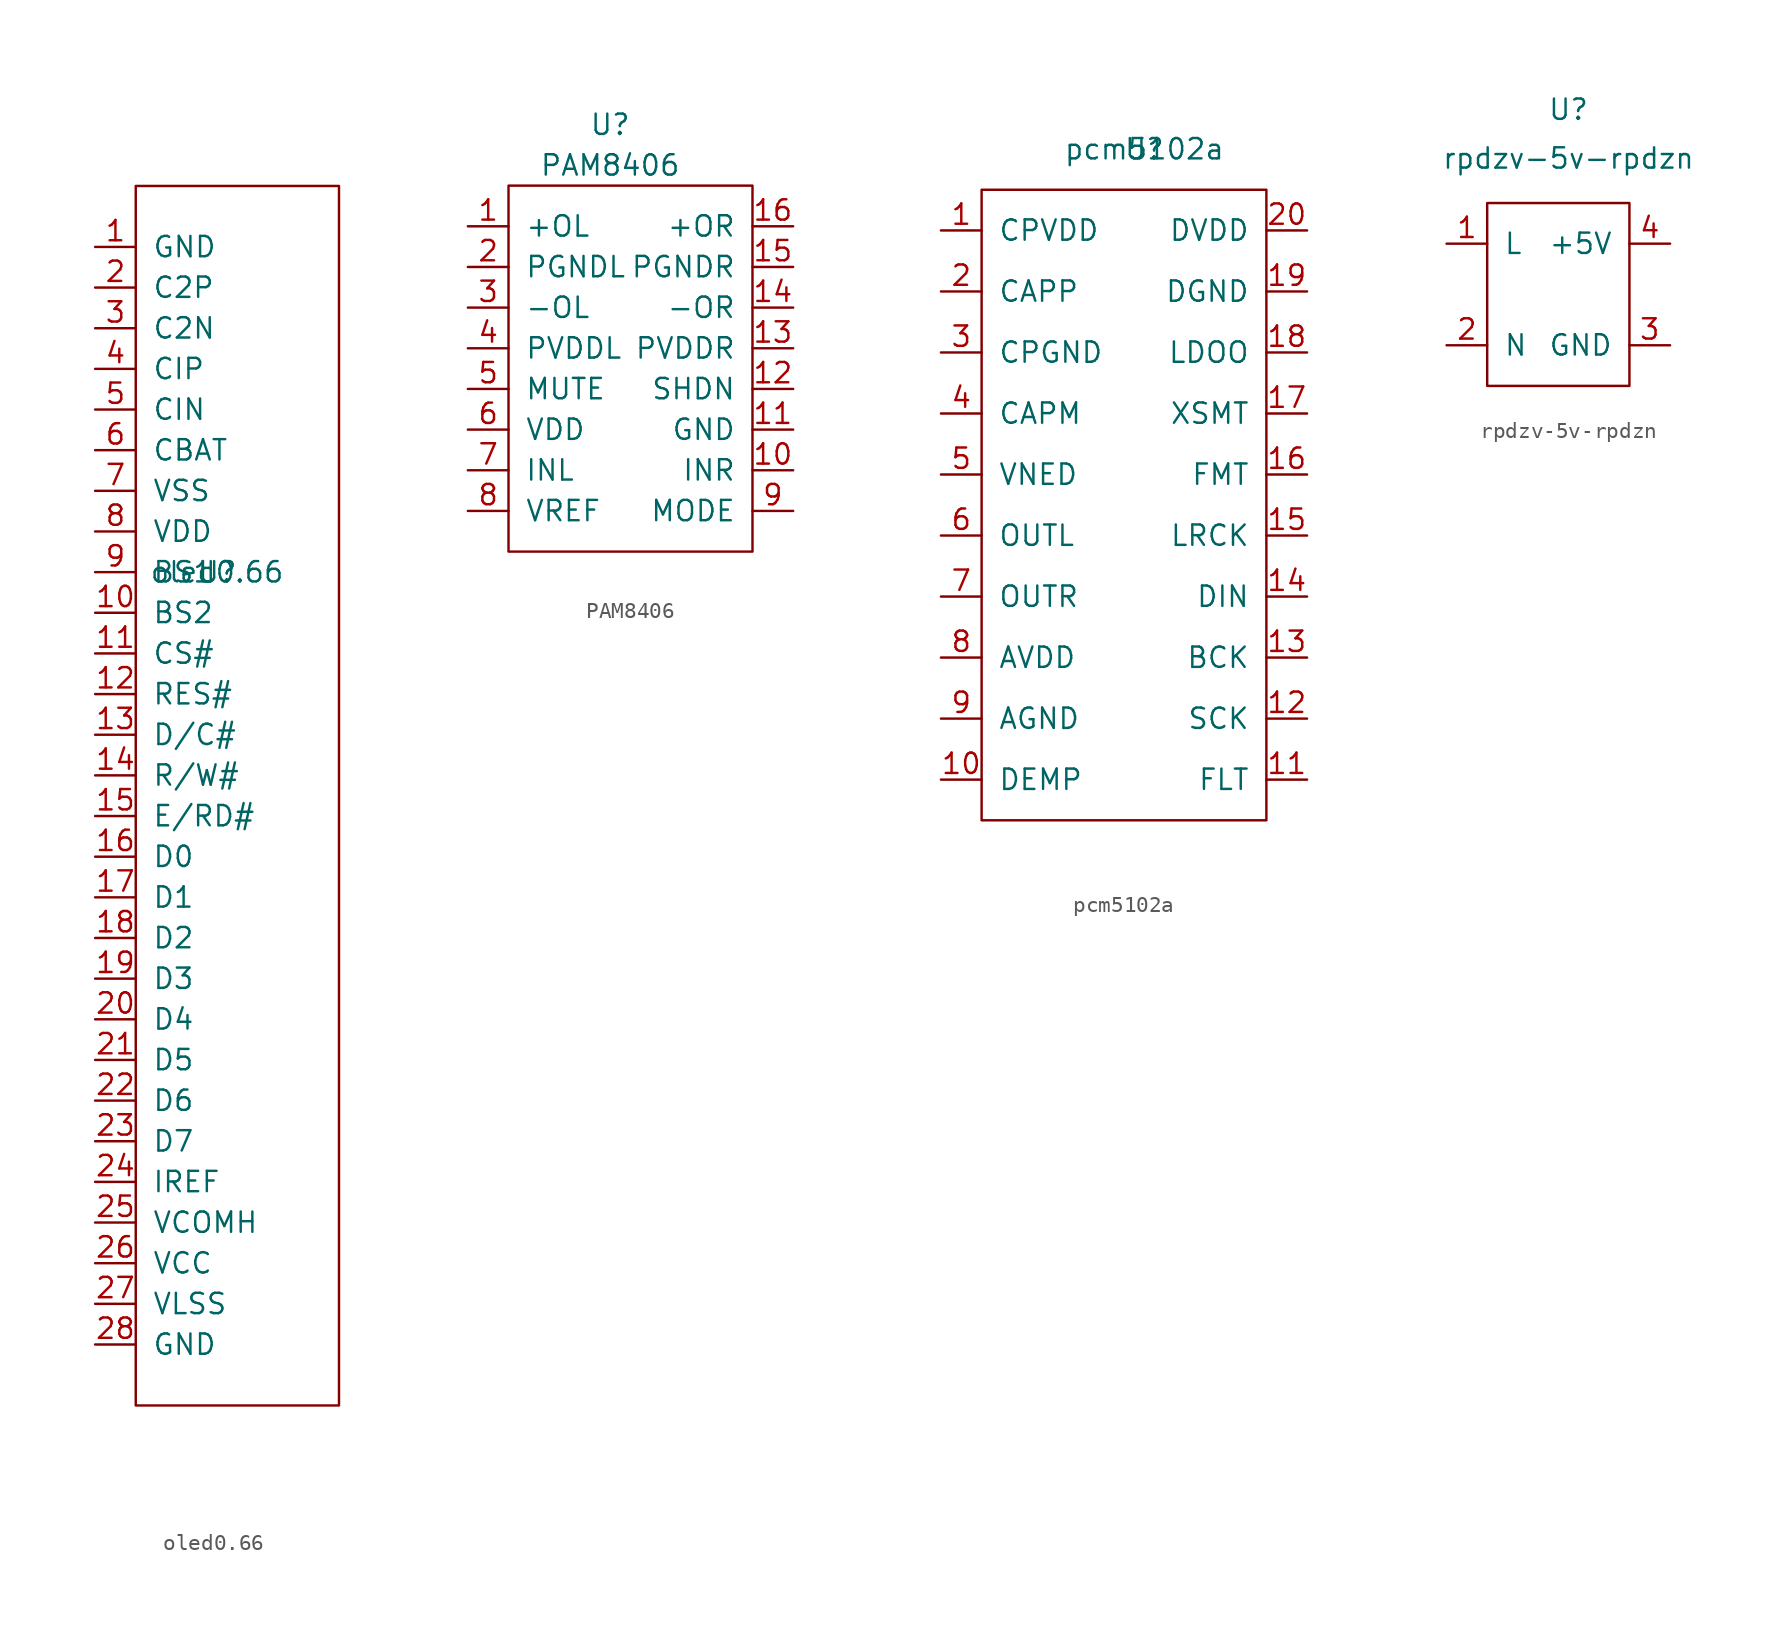
<source format=kicad_sym>
(kicad_symbol_lib
  (version 20211014)
  (generator kicad_symbol_editor)
  (symbol "oled0.66"
    (pin_names
      (offset 1.016))
    (property "Reference" "U"
      (at 0 0 0)
      (effects (font (size 1.27 1.27))))
    (property "Value" "oled0.66"
      (at 0 0 0)
      (effects (font (size 1.27 1.27))))
    (symbol "oled0.66_0_1"
      (rectangle (start -5.08 24.13) (end 7.62 -52.07) (stroke (width 0) (type default) (color 0 0 0 0)) (fill (type none))))
    (symbol "oled0.66_1_1"
      (pin passive line (at -7.62 20.32 0) (length 2.54) (name "GND" (effects (font (size 1.27 1.27)))) (number "1" (effects (font (size 1.27 1.27)))))
      (pin passive line (at -7.62 -2.54 0) (length 2.54) (name "BS2" (effects (font (size 1.27 1.27)))) (number "10" (effects (font (size 1.27 1.27)))))
      (pin passive line (at -7.62 -5.08 0) (length 2.54) (name "CS#" (effects (font (size 1.27 1.27)))) (number "11" (effects (font (size 1.27 1.27)))))
      (pin passive line (at -7.62 -7.62 0) (length 2.54) (name "RES#" (effects (font (size 1.27 1.27)))) (number "12" (effects (font (size 1.27 1.27)))))
      (pin passive line (at -7.62 -10.16 0) (length 2.54) (name "D/C#" (effects (font (size 1.27 1.27)))) (number "13" (effects (font (size 1.27 1.27)))))
      (pin passive line (at -7.62 -12.7 0) (length 2.54) (name "R/W#" (effects (font (size 1.27 1.27)))) (number "14" (effects (font (size 1.27 1.27)))))
      (pin passive line (at -7.62 -15.24 0) (length 2.54) (name "E/RD#" (effects (font (size 1.27 1.27)))) (number "15" (effects (font (size 1.27 1.27)))))
      (pin passive line (at -7.62 -17.78 0) (length 2.54) (name "D0" (effects (font (size 1.27 1.27)))) (number "16" (effects (font (size 1.27 1.27)))))
      (pin passive line (at -7.62 -20.32 0) (length 2.54) (name "D1" (effects (font (size 1.27 1.27)))) (number "17" (effects (font (size 1.27 1.27)))))
      (pin passive line (at -7.62 -22.86 0) (length 2.54) (name "D2" (effects (font (size 1.27 1.27)))) (number "18" (effects (font (size 1.27 1.27)))))
      (pin passive line (at -7.62 -25.4 0) (length 2.54) (name "D3" (effects (font (size 1.27 1.27)))) (number "19" (effects (font (size 1.27 1.27)))))
      (pin passive line (at -7.62 17.78 0) (length 2.54) (name "C2P" (effects (font (size 1.27 1.27)))) (number "2" (effects (font (size 1.27 1.27)))))
      (pin passive line (at -7.62 -27.94 0) (length 2.54) (name "D4" (effects (font (size 1.27 1.27)))) (number "20" (effects (font (size 1.27 1.27)))))
      (pin passive line (at -7.62 -30.48 0) (length 2.54) (name "D5" (effects (font (size 1.27 1.27)))) (number "21" (effects (font (size 1.27 1.27)))))
      (pin passive line (at -7.62 -33.02 0) (length 2.54) (name "D6" (effects (font (size 1.27 1.27)))) (number "22" (effects (font (size 1.27 1.27)))))
      (pin passive line (at -7.62 -35.56 0) (length 2.54) (name "D7" (effects (font (size 1.27 1.27)))) (number "23" (effects (font (size 1.27 1.27)))))
      (pin passive line (at -7.62 -38.1 0) (length 2.54) (name "IREF" (effects (font (size 1.27 1.27)))) (number "24" (effects (font (size 1.27 1.27)))))
      (pin passive line (at -7.62 -40.64 0) (length 2.54) (name "VCOMH" (effects (font (size 1.27 1.27)))) (number "25" (effects (font (size 1.27 1.27)))))
      (pin passive line (at -7.62 -43.18 0) (length 2.54) (name "VCC" (effects (font (size 1.27 1.27)))) (number "26" (effects (font (size 1.27 1.27)))))
      (pin passive line (at -7.62 -45.72 0) (length 2.54) (name "VLSS" (effects (font (size 1.27 1.27)))) (number "27" (effects (font (size 1.27 1.27)))))
      (pin passive line (at -7.62 -48.26 0) (length 2.54) (name "GND" (effects (font (size 1.27 1.27)))) (number "28" (effects (font (size 1.27 1.27)))))
      (pin passive line (at -7.62 15.24 0) (length 2.54) (name "C2N" (effects (font (size 1.27 1.27)))) (number "3" (effects (font (size 1.27 1.27)))))
      (pin passive line (at -7.62 12.7 0) (length 2.54) (name "CIP" (effects (font (size 1.27 1.27)))) (number "4" (effects (font (size 1.27 1.27)))))
      (pin passive line (at -7.62 10.16 0) (length 2.54) (name "CIN" (effects (font (size 1.27 1.27)))) (number "5" (effects (font (size 1.27 1.27)))))
      (pin passive line (at -7.62 7.62 0) (length 2.54) (name "CBAT" (effects (font (size 1.27 1.27)))) (number "6" (effects (font (size 1.27 1.27)))))
      (pin passive line (at -7.62 5.08 0) (length 2.54) (name "VSS" (effects (font (size 1.27 1.27)))) (number "7" (effects (font (size 1.27 1.27)))))
      (pin passive line (at -7.62 2.54 0) (length 2.54) (name "VDD" (effects (font (size 1.27 1.27)))) (number "8" (effects (font (size 1.27 1.27)))))
      (pin passive line (at -7.62 0 0) (length 2.54) (name "BS1" (effects (font (size 1.27 1.27)))) (number "9" (effects (font (size 1.27 1.27)))))))
  (symbol "PAM8406"
    (pin_names
      (offset 1.016))
    (property "Reference" "U"
      (at 0 12.7 0)
      (effects (font (size 1.27 1.27))))
    (property "Value" "PAM8406"
      (at 0 10.16 0)
      (effects (font (size 1.27 1.27))))
    (symbol "PAM8406_0_1"
      (rectangle (start -6.35 8.89) (end 8.89 -13.97) (stroke (width 0) (type default) (color 0 0 0 0)) (fill (type none))))
    (symbol "PAM8406_1_1"
      (pin passive line (at -8.89 6.35 0) (length 2.54) (name "+OL" (effects (font (size 1.27 1.27)))) (number "1" (effects (font (size 1.27 1.27)))))
      (pin passive line (at 11.43 -8.89 180) (length 2.54) (name "INR" (effects (font (size 1.27 1.27)))) (number "10" (effects (font (size 1.27 1.27)))))
      (pin passive line (at 11.43 -6.35 180) (length 2.54) (name "GND" (effects (font (size 1.27 1.27)))) (number "11" (effects (font (size 1.27 1.27)))))
      (pin passive line (at 11.43 -3.81 180) (length 2.54) (name "SHDN" (effects (font (size 1.27 1.27)))) (number "12" (effects (font (size 1.27 1.27)))))
      (pin passive line (at 11.43 -1.27 180) (length 2.54) (name "PVDDR" (effects (font (size 1.27 1.27)))) (number "13" (effects (font (size 1.27 1.27)))))
      (pin passive line (at 11.43 1.27 180) (length 2.54) (name "-OR" (effects (font (size 1.27 1.27)))) (number "14" (effects (font (size 1.27 1.27)))))
      (pin passive line (at 11.43 3.81 180) (length 2.54) (name "PGNDR" (effects (font (size 1.27 1.27)))) (number "15" (effects (font (size 1.27 1.27)))))
      (pin passive line (at 11.43 6.35 180) (length 2.54) (name "+OR" (effects (font (size 1.27 1.27)))) (number "16" (effects (font (size 1.27 1.27)))))
      (pin passive line (at -8.89 3.81 0) (length 2.54) (name "PGNDL" (effects (font (size 1.27 1.27)))) (number "2" (effects (font (size 1.27 1.27)))))
      (pin passive line (at -8.89 1.27 0) (length 2.54) (name "-OL" (effects (font (size 1.27 1.27)))) (number "3" (effects (font (size 1.27 1.27)))))
      (pin passive line (at -8.89 -1.27 0) (length 2.54) (name "PVDDL" (effects (font (size 1.27 1.27)))) (number "4" (effects (font (size 1.27 1.27)))))
      (pin passive line (at -8.89 -3.81 0) (length 2.54) (name "MUTE" (effects (font (size 1.27 1.27)))) (number "5" (effects (font (size 1.27 1.27)))))
      (pin passive line (at -8.89 -6.35 0) (length 2.54) (name "VDD" (effects (font (size 1.27 1.27)))) (number "6" (effects (font (size 1.27 1.27)))))
      (pin passive line (at -8.89 -8.89 0) (length 2.54) (name "INL" (effects (font (size 1.27 1.27)))) (number "7" (effects (font (size 1.27 1.27)))))
      (pin passive line (at -8.89 -11.43 0) (length 2.54) (name "VREF" (effects (font (size 1.27 1.27)))) (number "8" (effects (font (size 1.27 1.27)))))
      (pin passive line (at 11.43 -11.43 180) (length 2.54) (name "MODE" (effects (font (size 1.27 1.27)))) (number "9" (effects (font (size 1.27 1.27)))))))
  (symbol "pcm5102a"
    (pin_names
      (offset 1.016))
    (property "Reference" "U"
      (at -1.27 22.86 0)
      (effects (font (size 1.27 1.27))))
    (property "Value" "pcm5102a"
      (at -1.27 22.86 0)
      (effects (font (size 1.27 1.27))))
    (symbol "pcm5102a_0_1"
      (rectangle (start -11.43 20.32) (end 6.35 -19.05) (stroke (width 0) (type default) (color 0 0 0 0)) (fill (type none))))
    (symbol "pcm5102a_1_1"
      (pin passive line (at -13.97 17.78 0) (length 2.54) (name "CPVDD" (effects (font (size 1.27 1.27)))) (number "1" (effects (font (size 1.27 1.27)))))
      (pin passive line (at -13.97 -16.51 0) (length 2.54) (name "DEMP" (effects (font (size 1.27 1.27)))) (number "10" (effects (font (size 1.27 1.27)))))
      (pin passive line (at 8.89 -16.51 180) (length 2.54) (name "FLT" (effects (font (size 1.27 1.27)))) (number "11" (effects (font (size 1.27 1.27)))))
      (pin passive line (at 8.89 -12.7 180) (length 2.54) (name "SCK" (effects (font (size 1.27 1.27)))) (number "12" (effects (font (size 1.27 1.27)))))
      (pin passive line (at 8.89 -8.89 180) (length 2.54) (name "BCK" (effects (font (size 1.27 1.27)))) (number "13" (effects (font (size 1.27 1.27)))))
      (pin passive line (at 8.89 -5.08 180) (length 2.54) (name "DIN" (effects (font (size 1.27 1.27)))) (number "14" (effects (font (size 1.27 1.27)))))
      (pin passive line (at 8.89 -1.27 180) (length 2.54) (name "LRCK" (effects (font (size 1.27 1.27)))) (number "15" (effects (font (size 1.27 1.27)))))
      (pin passive line (at 8.89 2.54 180) (length 2.54) (name "FMT" (effects (font (size 1.27 1.27)))) (number "16" (effects (font (size 1.27 1.27)))))
      (pin passive line (at 8.89 6.35 180) (length 2.54) (name "XSMT" (effects (font (size 1.27 1.27)))) (number "17" (effects (font (size 1.27 1.27)))))
      (pin passive line (at 8.89 10.16 180) (length 2.54) (name "LDOO" (effects (font (size 1.27 1.27)))) (number "18" (effects (font (size 1.27 1.27)))))
      (pin passive line (at 8.89 13.97 180) (length 2.54) (name "DGND" (effects (font (size 1.27 1.27)))) (number "19" (effects (font (size 1.27 1.27)))))
      (pin passive line (at -13.97 13.97 0) (length 2.54) (name "CAPP" (effects (font (size 1.27 1.27)))) (number "2" (effects (font (size 1.27 1.27)))))
      (pin passive line (at 8.89 17.78 180) (length 2.54) (name "DVDD" (effects (font (size 1.27 1.27)))) (number "20" (effects (font (size 1.27 1.27)))))
      (pin passive line (at -13.97 10.16 0) (length 2.54) (name "CPGND" (effects (font (size 1.27 1.27)))) (number "3" (effects (font (size 1.27 1.27)))))
      (pin passive line (at -13.97 6.35 0) (length 2.54) (name "CAPM" (effects (font (size 1.27 1.27)))) (number "4" (effects (font (size 1.27 1.27)))))
      (pin passive line (at -13.97 2.54 0) (length 2.54) (name "VNED" (effects (font (size 1.27 1.27)))) (number "5" (effects (font (size 1.27 1.27)))))
      (pin passive line (at -13.97 -1.27 0) (length 2.54) (name "OUTL" (effects (font (size 1.27 1.27)))) (number "6" (effects (font (size 1.27 1.27)))))
      (pin passive line (at -13.97 -5.08 0) (length 2.54) (name "OUTR" (effects (font (size 1.27 1.27)))) (number "7" (effects (font (size 1.27 1.27)))))
      (pin passive line (at -13.97 -8.89 0) (length 2.54) (name "AVDD" (effects (font (size 1.27 1.27)))) (number "8" (effects (font (size 1.27 1.27)))))
      (pin passive line (at -13.97 -12.7 0) (length 2.54) (name "AGND" (effects (font (size 1.27 1.27)))) (number "9" (effects (font (size 1.27 1.27)))))))
  (symbol "rpdzv-5v-rpdzn"
    (pin_names
      (offset 1.016))
    (property "Reference" "U"
      (at 0 17.272 0)
      (effects (font (size 1.27 1.27))))
    (property "Value" "rpdzv-5v-rpdzn"
      (at 0 14.224 0)
      (effects (font (size 1.27 1.27))))
    (symbol "rpdzv-5v-rpdzn_0_1"
      (rectangle (start -5.08 11.43) (end 3.81 0) (stroke (width 0) (type default) (color 0 0 0 0)) (fill (type none))))
    (symbol "rpdzv-5v-rpdzn_1_1"
      (pin passive line (at -7.62 8.89 0) (length 2.54) (name "L" (effects (font (size 1.27 1.27)))) (number "1" (effects (font (size 1.27 1.27)))))
      (pin passive line (at -7.62 2.54 0) (length 2.54) (name "N" (effects (font (size 1.27 1.27)))) (number "2" (effects (font (size 1.27 1.27)))))
      (pin passive line (at 6.35 2.54 180) (length 2.54) (name "GND" (effects (font (size 1.27 1.27)))) (number "3" (effects (font (size 1.27 1.27)))))
      (pin passive line (at 6.35 8.89 180) (length 2.54) (name "+5V" (effects (font (size 1.27 1.27)))) (number "4" (effects (font (size 1.27 1.27))))))))
</source>
